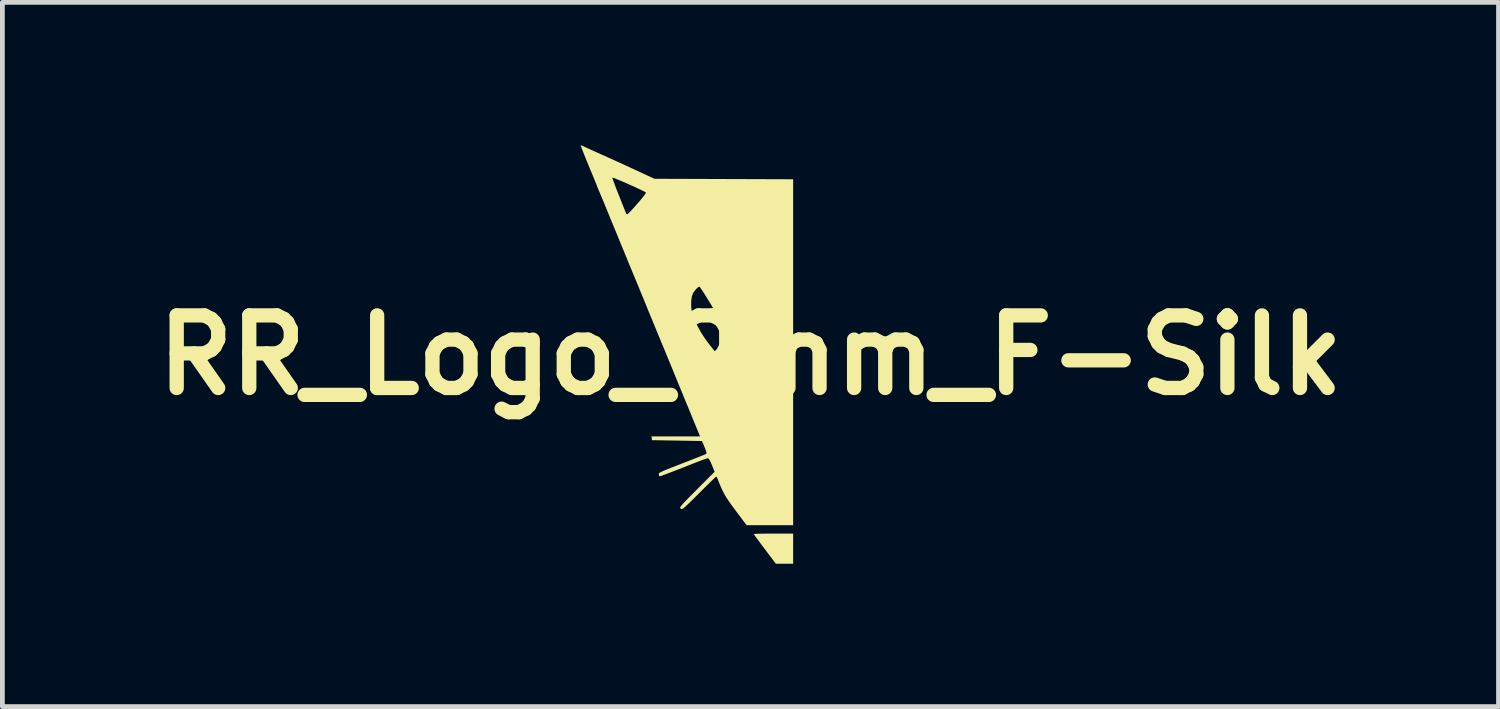
<source format=kicad_pcb>
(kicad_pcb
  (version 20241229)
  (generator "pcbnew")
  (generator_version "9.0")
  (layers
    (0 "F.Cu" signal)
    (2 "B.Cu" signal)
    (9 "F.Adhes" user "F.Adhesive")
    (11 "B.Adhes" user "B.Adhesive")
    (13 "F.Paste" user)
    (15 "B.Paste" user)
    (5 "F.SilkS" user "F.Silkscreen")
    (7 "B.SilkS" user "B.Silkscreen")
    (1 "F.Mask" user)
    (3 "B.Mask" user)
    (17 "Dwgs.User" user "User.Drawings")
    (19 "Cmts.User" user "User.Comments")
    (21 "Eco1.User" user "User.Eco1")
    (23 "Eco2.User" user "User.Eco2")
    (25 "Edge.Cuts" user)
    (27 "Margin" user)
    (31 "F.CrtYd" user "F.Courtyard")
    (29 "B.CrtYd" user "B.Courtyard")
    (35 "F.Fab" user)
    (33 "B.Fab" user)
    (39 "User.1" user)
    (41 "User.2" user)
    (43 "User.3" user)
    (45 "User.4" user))
  (footprint "RR_Logo_9mm_F-Silk"
    (layer "F.Cu")
    (at 12.707 4.407)
    (property "Reference" "RR_Logo_9mm_F-Silk" (at 0 0 0) (layer "F.SilkS") (effects (font (size 1.524 1.524) (thickness 0.3))))
    (attr board_only exclude_from_pos_files exclude_from_bom)
    (fp_poly (pts (xy 0.897 4.38) (xy 0.534 4.38) (xy 0.302 4.073) (xy 0.234 3.983) (xy 0.175 3.902) (xy 0.126 3.836) (xy 0.09 3.787) (xy 0.072 3.76) (xy 0.07 3.756) (xy 0.087 3.754) (xy 0.134 3.751) (xy 0.207 3.749) (xy 0.3 3.748) (xy 0.409 3.747) (xy 0.484 3.747) (xy 0.897 3.747)) (stroke (width 0) (type solid)) (fill yes) (layer "F.SilkS"))
    (fp_poly (pts (xy -3.549 -4.402) (xy -3.51 -4.386) (xy -3.456 -4.362) (xy -3.404 -4.338) (xy -3.328 -4.303) (xy -3.236 -4.262) (xy -3.136 -4.217) (xy -3.069 -4.187) (xy -2.972 -4.143) (xy -2.88 -4.102) (xy -2.802 -4.066) (xy -2.744 -4.04) (xy -2.718 -4.028) (xy -2.68 -4.011) (xy -2.616 -3.981) (xy -2.533 -3.943) (xy -2.438 -3.899) (xy -2.335 -3.851) (xy -2.331 -3.849) (xy -2.014 -3.703) (xy -0.558 -3.698) (xy 0.897 -3.693) (xy 0.897 3.571) (xy -0.08 3.571) (xy -0.308 3.268) (xy -0.396 3.149) (xy -0.466 3.049) (xy -0.523 2.961) (xy -0.57 2.875) (xy -0.613 2.785) (xy -0.656 2.683) (xy -0.689 2.599) (xy -0.705 2.564) (xy -0.719 2.551) (xy -0.734 2.563) (xy -0.77 2.596) (xy -0.825 2.649) (xy -0.895 2.717) (xy -0.976 2.797) (xy -1.066 2.887) (xy -1.081 2.902) (xy -1.184 3.004) (xy -1.265 3.084) (xy -1.327 3.144) (xy -1.373 3.187) (xy -1.406 3.214) (xy -1.429 3.229) (xy -1.445 3.233) (xy -1.457 3.23) (xy -1.464 3.224) (xy -1.473 3.214) (xy -1.475 3.203) (xy -1.469 3.186) (xy -1.453 3.162) (xy -1.423 3.127) (xy -1.378 3.079) (xy -1.316 3.015) (xy -1.233 2.931) (xy -1.128 2.826) (xy -1.125 2.822) (xy -0.752 2.449) (xy -0.809 2.307) (xy -0.841 2.234) (xy -0.869 2.185) (xy -0.89 2.164) (xy -0.892 2.164) (xy -0.917 2.17) (xy -0.968 2.187) (xy -1.038 2.213) (xy -1.122 2.245) (xy -1.158 2.259) (xy -1.301 2.315) (xy -1.437 2.369) (xy -1.563 2.418) (xy -1.675 2.461) (xy -1.769 2.497) (xy -1.842 2.524) (xy -1.89 2.541) (xy -1.909 2.546) (xy -1.909 2.546) (xy -1.917 2.528) (xy -1.924 2.505) (xy -1.926 2.493) (xy -1.92 2.482) (xy -1.904 2.469) (xy -1.874 2.452) (xy -1.827 2.43) (xy -1.76 2.402) (xy -1.669 2.366) (xy -1.552 2.32) (xy -1.444 2.278) (xy -1.319 2.23) (xy -1.205 2.185) (xy -1.105 2.146) (xy -1.024 2.113) (xy -0.965 2.09) (xy -0.934 2.076) (xy -0.931 2.075) (xy -0.922 2.059) (xy -0.928 2.026) (xy -0.947 1.97) (xy -0.963 1.932) (xy -1.017 1.803) (xy -1.542 1.794) (xy -2.067 1.785) (xy -2.072 1.746) (xy -2.078 1.706) (xy -1.058 1.706) (xy -1.19 1.385) (xy -1.239 1.265) (xy -1.292 1.135) (xy -1.345 1.008) (xy -1.392 0.894) (xy -1.419 0.827) (xy -1.46 0.727) (xy -1.503 0.625) (xy -1.541 0.531) (xy -1.571 0.457) (xy -1.575 0.449) (xy -1.631 0.31) (xy -1.676 0.199) (xy -1.713 0.111) (xy -1.742 0.04) (xy -1.765 -0.018) (xy -1.786 -0.068) (xy -1.806 -0.116) (xy -1.82 -0.15) (xy -1.842 -0.2) (xy -1.874 -0.278) (xy -1.915 -0.378) (xy -1.964 -0.496) (xy -2.017 -0.626) (xy -2.074 -0.764) (xy -2.111 -0.853) (xy -2.188 -1.041) (xy -1.245 -1.041) (xy -1.237 -0.943) (xy -1.225 -0.884) (xy -1.184 -0.763) (xy -1.12 -0.625) (xy -1.036 -0.475) (xy -0.974 -0.377) (xy -0.93 -0.315) (xy -0.877 -0.243) (xy -0.817 -0.166) (xy -0.755 -0.089) (xy -0.695 -0.016) (xy -0.641 0.046) (xy -0.598 0.092) (xy -0.569 0.119) (xy -0.561 0.123) (xy -0.556 0.106) (xy -0.552 0.059) (xy -0.549 -0.014) (xy -0.546 -0.108) (xy -0.545 -0.218) (xy -0.545 -0.235) (xy -0.545 -0.593) (xy -0.798 -1.012) (xy -0.864 -1.122) (xy -0.925 -1.221) (xy -0.979 -1.306) (xy -1.022 -1.373) (xy -1.053 -1.418) (xy -1.068 -1.438) (xy -1.069 -1.438) (xy -1.093 -1.43) (xy -1.129 -1.4) (xy -1.167 -1.356) (xy -1.202 -1.306) (xy -1.209 -1.293) (xy -1.231 -1.228) (xy -1.243 -1.14) (xy -1.245 -1.041) (xy -2.188 -1.041) (xy -2.19 -1.047) (xy -2.257 -1.211) (xy -2.314 -1.348) (xy -2.36 -1.462) (xy -2.399 -1.555) (xy -2.43 -1.63) (xy -2.455 -1.69) (xy -2.475 -1.739) (xy -2.492 -1.779) (xy -2.498 -1.794) (xy -2.516 -1.838) (xy -2.539 -1.892) (xy -2.566 -1.958) (xy -2.599 -2.04) (xy -2.64 -2.139) (xy -2.69 -2.261) (xy -2.75 -2.406) (xy -2.82 -2.579) (xy -2.885 -2.735) (xy -2.941 -2.872) (xy -2.995 -3.003) (xy -3.044 -3.123) (xy -3.087 -3.228) (xy -3.123 -3.313) (xy -3.148 -3.373) (xy -3.158 -3.397) (xy -3.187 -3.464) (xy -3.214 -3.53) (xy -3.227 -3.564) (xy -3.246 -3.614) (xy -3.274 -3.683) (xy -3.292 -3.728) (xy -2.899 -3.728) (xy -2.895 -3.707) (xy -2.879 -3.66) (xy -2.853 -3.59) (xy -2.82 -3.502) (xy -2.78 -3.401) (xy -2.766 -3.365) (xy -2.724 -3.26) (xy -2.686 -3.164) (xy -2.654 -3.084) (xy -2.63 -3.025) (xy -2.617 -2.99) (xy -2.615 -2.986) (xy -2.598 -2.96) (xy -2.587 -2.955) (xy -2.571 -2.968) (xy -2.535 -3.003) (xy -2.485 -3.055) (xy -2.425 -3.122) (xy -2.375 -3.178) (xy -2.311 -3.252) (xy -2.258 -3.318) (xy -2.219 -3.37) (xy -2.197 -3.404) (xy -2.194 -3.415) (xy -2.217 -3.429) (xy -2.265 -3.454) (xy -2.332 -3.486) (xy -2.413 -3.524) (xy -2.502 -3.564) (xy -2.594 -3.605) (xy -2.683 -3.644) (xy -2.764 -3.678) (xy -2.83 -3.705) (xy -2.877 -3.722) (xy -2.898 -3.728) (xy -2.899 -3.728) (xy -3.292 -3.728) (xy -3.304 -3.756) (xy -3.307 -3.764) (xy -3.353 -3.872) (xy -3.398 -3.982) (xy -3.442 -4.089) (xy -3.482 -4.188) (xy -3.516 -4.274) (xy -3.543 -4.343) (xy -3.56 -4.388) (xy -3.566 -4.407) (xy -3.566 -4.407)) (stroke (width 0) (type solid)) (fill yes) (layer "F.SilkS")))
  (gr_rect
    (start -3 -3)
    (end 28.415 11.787)
    (stroke (width 0.1) (type default))
    (fill no)
    (layer "Edge.Cuts")))
</source>
